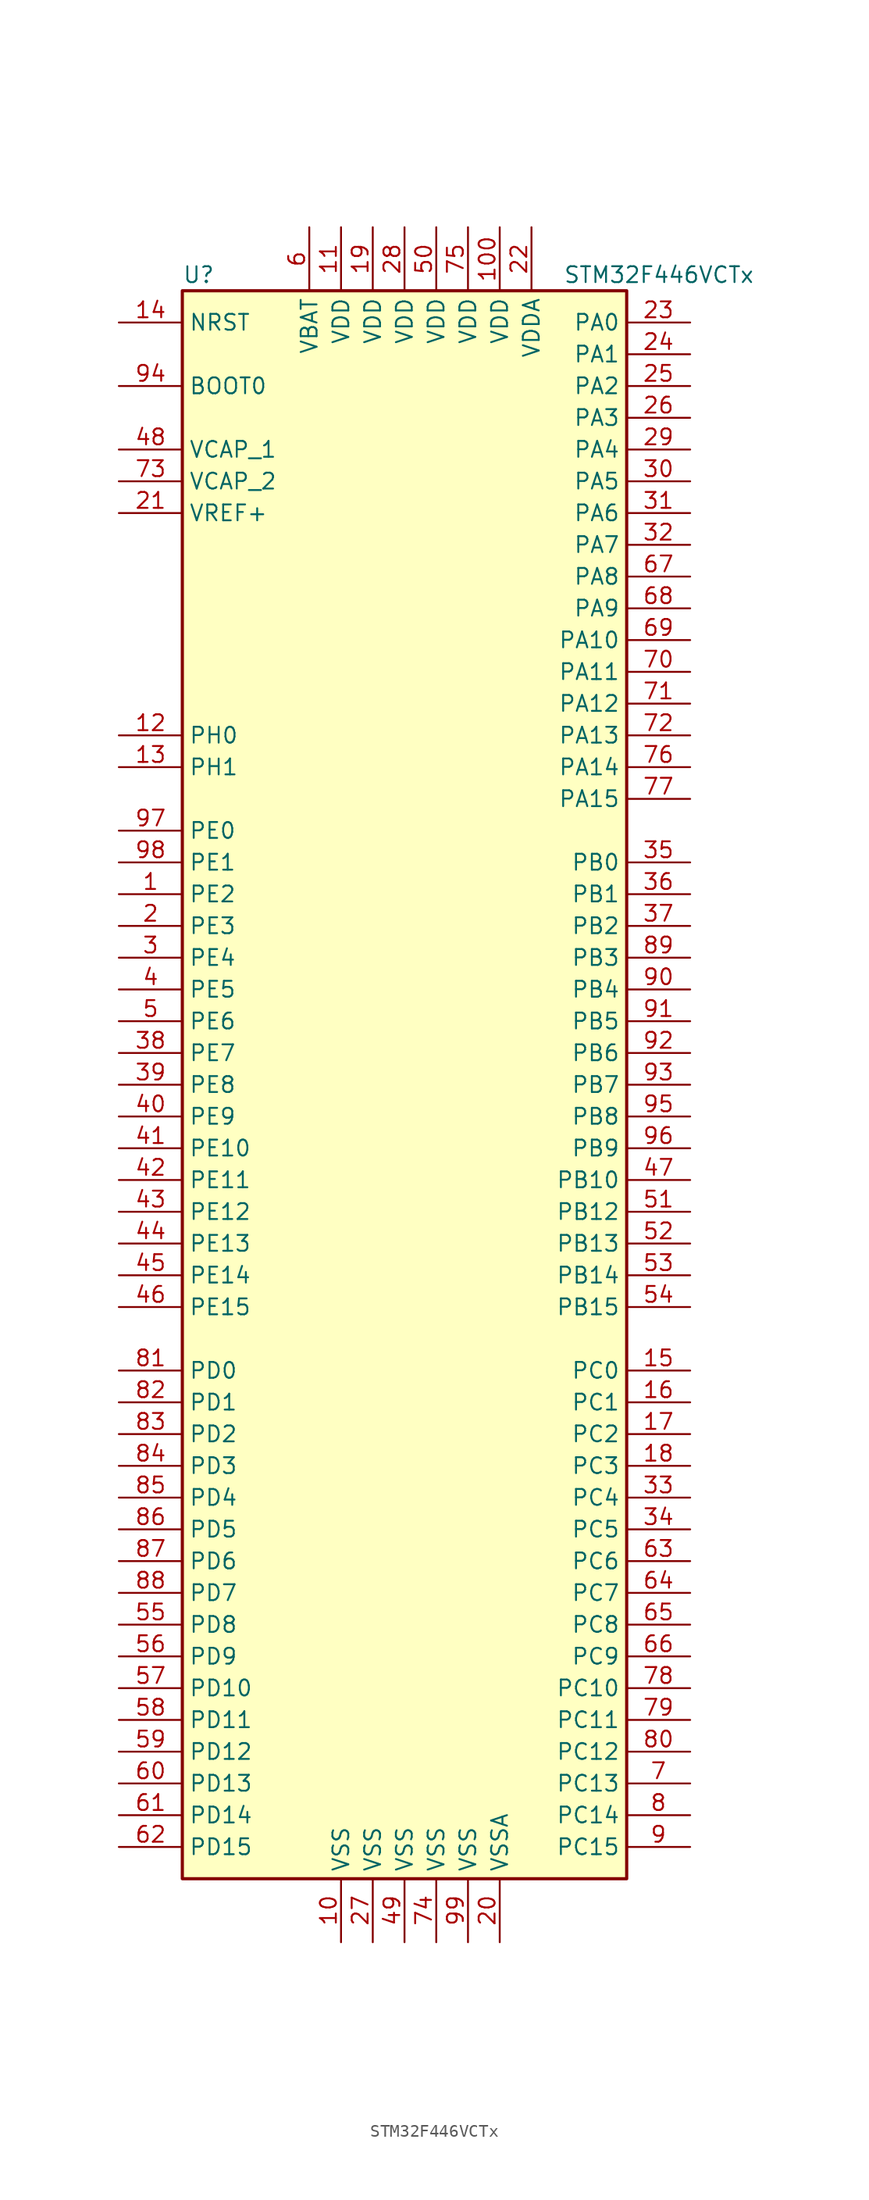
<source format=kicad_sym>
(kicad_symbol_lib
  (version 20201005)
  (generator kicad_symbol_editor)
  (symbol "MCU_ST_STM32F4:STM32F446VCTx"
    (property "Reference" "U"
      (at -17.78 64.77 0)
      (effects (font (size 1.27 1.27)) (justify left)))
    (property "Value" "STM32F446VCTx"
      (at 12.7 64.77 0)
      (effects (font (size 1.27 1.27)) (justify left)))
    (symbol "STM32F446VCTx_0_1"
      (rectangle (start -17.78 -63.5) (end 17.78 63.5) (stroke (width 0.254)) (fill (type background))))
    (symbol "STM32F446VCTx_1_1"
      (pin input line (at -22.86 55.88 0) (length 5.08) (name "BOOT0" (effects (font (size 1.27 1.27)))) (number "94" (effects (font (size 1.27 1.27)))))
      (pin input line (at -22.86 60.96 0) (length 5.08) (name "NRST" (effects (font (size 1.27 1.27)))) (number "14" (effects (font (size 1.27 1.27)))))
      (pin bidirectional line (at 22.86 60.96 180) (length 5.08) (name "PA0" (effects (font (size 1.27 1.27)))) (number "23" (effects (font (size 1.27 1.27)))))
      (pin bidirectional line (at 22.86 58.42 180) (length 5.08) (name "PA1" (effects (font (size 1.27 1.27)))) (number "24" (effects (font (size 1.27 1.27)))))
      (pin bidirectional line (at 22.86 35.56 180) (length 5.08) (name "PA10" (effects (font (size 1.27 1.27)))) (number "69" (effects (font (size 1.27 1.27)))))
      (pin bidirectional line (at 22.86 33.02 180) (length 5.08) (name "PA11" (effects (font (size 1.27 1.27)))) (number "70" (effects (font (size 1.27 1.27)))))
      (pin bidirectional line (at 22.86 30.48 180) (length 5.08) (name "PA12" (effects (font (size 1.27 1.27)))) (number "71" (effects (font (size 1.27 1.27)))))
      (pin bidirectional line (at 22.86 27.94 180) (length 5.08) (name "PA13" (effects (font (size 1.27 1.27)))) (number "72" (effects (font (size 1.27 1.27)))))
      (pin bidirectional line (at 22.86 25.4 180) (length 5.08) (name "PA14" (effects (font (size 1.27 1.27)))) (number "76" (effects (font (size 1.27 1.27)))))
      (pin bidirectional line (at 22.86 22.86 180) (length 5.08) (name "PA15" (effects (font (size 1.27 1.27)))) (number "77" (effects (font (size 1.27 1.27)))))
      (pin bidirectional line (at 22.86 55.88 180) (length 5.08) (name "PA2" (effects (font (size 1.27 1.27)))) (number "25" (effects (font (size 1.27 1.27)))))
      (pin bidirectional line (at 22.86 53.34 180) (length 5.08) (name "PA3" (effects (font (size 1.27 1.27)))) (number "26" (effects (font (size 1.27 1.27)))))
      (pin bidirectional line (at 22.86 50.8 180) (length 5.08) (name "PA4" (effects (font (size 1.27 1.27)))) (number "29" (effects (font (size 1.27 1.27)))))
      (pin bidirectional line (at 22.86 48.26 180) (length 5.08) (name "PA5" (effects (font (size 1.27 1.27)))) (number "30" (effects (font (size 1.27 1.27)))))
      (pin bidirectional line (at 22.86 45.72 180) (length 5.08) (name "PA6" (effects (font (size 1.27 1.27)))) (number "31" (effects (font (size 1.27 1.27)))))
      (pin bidirectional line (at 22.86 43.18 180) (length 5.08) (name "PA7" (effects (font (size 1.27 1.27)))) (number "32" (effects (font (size 1.27 1.27)))))
      (pin bidirectional line (at 22.86 40.64 180) (length 5.08) (name "PA8" (effects (font (size 1.27 1.27)))) (number "67" (effects (font (size 1.27 1.27)))))
      (pin bidirectional line (at 22.86 38.1 180) (length 5.08) (name "PA9" (effects (font (size 1.27 1.27)))) (number "68" (effects (font (size 1.27 1.27)))))
      (pin bidirectional line (at 22.86 17.78 180) (length 5.08) (name "PB0" (effects (font (size 1.27 1.27)))) (number "35" (effects (font (size 1.27 1.27)))))
      (pin bidirectional line (at 22.86 15.24 180) (length 5.08) (name "PB1" (effects (font (size 1.27 1.27)))) (number "36" (effects (font (size 1.27 1.27)))))
      (pin bidirectional line (at 22.86 -7.62 180) (length 5.08) (name "PB10" (effects (font (size 1.27 1.27)))) (number "47" (effects (font (size 1.27 1.27)))))
      (pin bidirectional line (at 22.86 -10.16 180) (length 5.08) (name "PB12" (effects (font (size 1.27 1.27)))) (number "51" (effects (font (size 1.27 1.27)))))
      (pin bidirectional line (at 22.86 -12.7 180) (length 5.08) (name "PB13" (effects (font (size 1.27 1.27)))) (number "52" (effects (font (size 1.27 1.27)))))
      (pin bidirectional line (at 22.86 -15.24 180) (length 5.08) (name "PB14" (effects (font (size 1.27 1.27)))) (number "53" (effects (font (size 1.27 1.27)))))
      (pin bidirectional line (at 22.86 -17.78 180) (length 5.08) (name "PB15" (effects (font (size 1.27 1.27)))) (number "54" (effects (font (size 1.27 1.27)))))
      (pin bidirectional line (at 22.86 12.7 180) (length 5.08) (name "PB2" (effects (font (size 1.27 1.27)))) (number "37" (effects (font (size 1.27 1.27)))))
      (pin bidirectional line (at 22.86 10.16 180) (length 5.08) (name "PB3" (effects (font (size 1.27 1.27)))) (number "89" (effects (font (size 1.27 1.27)))))
      (pin bidirectional line (at 22.86 7.62 180) (length 5.08) (name "PB4" (effects (font (size 1.27 1.27)))) (number "90" (effects (font (size 1.27 1.27)))))
      (pin bidirectional line (at 22.86 5.08 180) (length 5.08) (name "PB5" (effects (font (size 1.27 1.27)))) (number "91" (effects (font (size 1.27 1.27)))))
      (pin bidirectional line (at 22.86 2.54 180) (length 5.08) (name "PB6" (effects (font (size 1.27 1.27)))) (number "92" (effects (font (size 1.27 1.27)))))
      (pin bidirectional line (at 22.86 0 180) (length 5.08) (name "PB7" (effects (font (size 1.27 1.27)))) (number "93" (effects (font (size 1.27 1.27)))))
      (pin bidirectional line (at 22.86 -2.54 180) (length 5.08) (name "PB8" (effects (font (size 1.27 1.27)))) (number "95" (effects (font (size 1.27 1.27)))))
      (pin bidirectional line (at 22.86 -5.08 180) (length 5.08) (name "PB9" (effects (font (size 1.27 1.27)))) (number "96" (effects (font (size 1.27 1.27)))))
      (pin bidirectional line (at 22.86 -22.86 180) (length 5.08) (name "PC0" (effects (font (size 1.27 1.27)))) (number "15" (effects (font (size 1.27 1.27)))))
      (pin bidirectional line (at 22.86 -25.4 180) (length 5.08) (name "PC1" (effects (font (size 1.27 1.27)))) (number "16" (effects (font (size 1.27 1.27)))))
      (pin bidirectional line (at 22.86 -48.26 180) (length 5.08) (name "PC10" (effects (font (size 1.27 1.27)))) (number "78" (effects (font (size 1.27 1.27)))))
      (pin bidirectional line (at 22.86 -50.8 180) (length 5.08) (name "PC11" (effects (font (size 1.27 1.27)))) (number "79" (effects (font (size 1.27 1.27)))))
      (pin bidirectional line (at 22.86 -53.34 180) (length 5.08) (name "PC12" (effects (font (size 1.27 1.27)))) (number "80" (effects (font (size 1.27 1.27)))))
      (pin bidirectional line (at 22.86 -55.88 180) (length 5.08) (name "PC13" (effects (font (size 1.27 1.27)))) (number "7" (effects (font (size 1.27 1.27)))))
      (pin bidirectional line (at 22.86 -58.42 180) (length 5.08) (name "PC14" (effects (font (size 1.27 1.27)))) (number "8" (effects (font (size 1.27 1.27)))))
      (pin bidirectional line (at 22.86 -60.96 180) (length 5.08) (name "PC15" (effects (font (size 1.27 1.27)))) (number "9" (effects (font (size 1.27 1.27)))))
      (pin bidirectional line (at 22.86 -27.94 180) (length 5.08) (name "PC2" (effects (font (size 1.27 1.27)))) (number "17" (effects (font (size 1.27 1.27)))))
      (pin bidirectional line (at 22.86 -30.48 180) (length 5.08) (name "PC3" (effects (font (size 1.27 1.27)))) (number "18" (effects (font (size 1.27 1.27)))))
      (pin bidirectional line (at 22.86 -33.02 180) (length 5.08) (name "PC4" (effects (font (size 1.27 1.27)))) (number "33" (effects (font (size 1.27 1.27)))))
      (pin bidirectional line (at 22.86 -35.56 180) (length 5.08) (name "PC5" (effects (font (size 1.27 1.27)))) (number "34" (effects (font (size 1.27 1.27)))))
      (pin bidirectional line (at 22.86 -38.1 180) (length 5.08) (name "PC6" (effects (font (size 1.27 1.27)))) (number "63" (effects (font (size 1.27 1.27)))))
      (pin bidirectional line (at 22.86 -40.64 180) (length 5.08) (name "PC7" (effects (font (size 1.27 1.27)))) (number "64" (effects (font (size 1.27 1.27)))))
      (pin bidirectional line (at 22.86 -43.18 180) (length 5.08) (name "PC8" (effects (font (size 1.27 1.27)))) (number "65" (effects (font (size 1.27 1.27)))))
      (pin bidirectional line (at 22.86 -45.72 180) (length 5.08) (name "PC9" (effects (font (size 1.27 1.27)))) (number "66" (effects (font (size 1.27 1.27)))))
      (pin bidirectional line (at -22.86 -22.86 0) (length 5.08) (name "PD0" (effects (font (size 1.27 1.27)))) (number "81" (effects (font (size 1.27 1.27)))))
      (pin bidirectional line (at -22.86 -25.4 0) (length 5.08) (name "PD1" (effects (font (size 1.27 1.27)))) (number "82" (effects (font (size 1.27 1.27)))))
      (pin bidirectional line (at -22.86 -48.26 0) (length 5.08) (name "PD10" (effects (font (size 1.27 1.27)))) (number "57" (effects (font (size 1.27 1.27)))))
      (pin bidirectional line (at -22.86 -50.8 0) (length 5.08) (name "PD11" (effects (font (size 1.27 1.27)))) (number "58" (effects (font (size 1.27 1.27)))))
      (pin bidirectional line (at -22.86 -53.34 0) (length 5.08) (name "PD12" (effects (font (size 1.27 1.27)))) (number "59" (effects (font (size 1.27 1.27)))))
      (pin bidirectional line (at -22.86 -55.88 0) (length 5.08) (name "PD13" (effects (font (size 1.27 1.27)))) (number "60" (effects (font (size 1.27 1.27)))))
      (pin bidirectional line (at -22.86 -58.42 0) (length 5.08) (name "PD14" (effects (font (size 1.27 1.27)))) (number "61" (effects (font (size 1.27 1.27)))))
      (pin bidirectional line (at -22.86 -60.96 0) (length 5.08) (name "PD15" (effects (font (size 1.27 1.27)))) (number "62" (effects (font (size 1.27 1.27)))))
      (pin bidirectional line (at -22.86 -27.94 0) (length 5.08) (name "PD2" (effects (font (size 1.27 1.27)))) (number "83" (effects (font (size 1.27 1.27)))))
      (pin bidirectional line (at -22.86 -30.48 0) (length 5.08) (name "PD3" (effects (font (size 1.27 1.27)))) (number "84" (effects (font (size 1.27 1.27)))))
      (pin bidirectional line (at -22.86 -33.02 0) (length 5.08) (name "PD4" (effects (font (size 1.27 1.27)))) (number "85" (effects (font (size 1.27 1.27)))))
      (pin bidirectional line (at -22.86 -35.56 0) (length 5.08) (name "PD5" (effects (font (size 1.27 1.27)))) (number "86" (effects (font (size 1.27 1.27)))))
      (pin bidirectional line (at -22.86 -38.1 0) (length 5.08) (name "PD6" (effects (font (size 1.27 1.27)))) (number "87" (effects (font (size 1.27 1.27)))))
      (pin bidirectional line (at -22.86 -40.64 0) (length 5.08) (name "PD7" (effects (font (size 1.27 1.27)))) (number "88" (effects (font (size 1.27 1.27)))))
      (pin bidirectional line (at -22.86 -43.18 0) (length 5.08) (name "PD8" (effects (font (size 1.27 1.27)))) (number "55" (effects (font (size 1.27 1.27)))))
      (pin bidirectional line (at -22.86 -45.72 0) (length 5.08) (name "PD9" (effects (font (size 1.27 1.27)))) (number "56" (effects (font (size 1.27 1.27)))))
      (pin bidirectional line (at -22.86 20.32 0) (length 5.08) (name "PE0" (effects (font (size 1.27 1.27)))) (number "97" (effects (font (size 1.27 1.27)))))
      (pin bidirectional line (at -22.86 17.78 0) (length 5.08) (name "PE1" (effects (font (size 1.27 1.27)))) (number "98" (effects (font (size 1.27 1.27)))))
      (pin bidirectional line (at -22.86 -5.08 0) (length 5.08) (name "PE10" (effects (font (size 1.27 1.27)))) (number "41" (effects (font (size 1.27 1.27)))))
      (pin bidirectional line (at -22.86 -7.62 0) (length 5.08) (name "PE11" (effects (font (size 1.27 1.27)))) (number "42" (effects (font (size 1.27 1.27)))))
      (pin bidirectional line (at -22.86 -10.16 0) (length 5.08) (name "PE12" (effects (font (size 1.27 1.27)))) (number "43" (effects (font (size 1.27 1.27)))))
      (pin bidirectional line (at -22.86 -12.7 0) (length 5.08) (name "PE13" (effects (font (size 1.27 1.27)))) (number "44" (effects (font (size 1.27 1.27)))))
      (pin bidirectional line (at -22.86 -15.24 0) (length 5.08) (name "PE14" (effects (font (size 1.27 1.27)))) (number "45" (effects (font (size 1.27 1.27)))))
      (pin bidirectional line (at -22.86 -17.78 0) (length 5.08) (name "PE15" (effects (font (size 1.27 1.27)))) (number "46" (effects (font (size 1.27 1.27)))))
      (pin bidirectional line (at -22.86 15.24 0) (length 5.08) (name "PE2" (effects (font (size 1.27 1.27)))) (number "1" (effects (font (size 1.27 1.27)))))
      (pin bidirectional line (at -22.86 12.7 0) (length 5.08) (name "PE3" (effects (font (size 1.27 1.27)))) (number "2" (effects (font (size 1.27 1.27)))))
      (pin bidirectional line (at -22.86 10.16 0) (length 5.08) (name "PE4" (effects (font (size 1.27 1.27)))) (number "3" (effects (font (size 1.27 1.27)))))
      (pin bidirectional line (at -22.86 7.62 0) (length 5.08) (name "PE5" (effects (font (size 1.27 1.27)))) (number "4" (effects (font (size 1.27 1.27)))))
      (pin bidirectional line (at -22.86 5.08 0) (length 5.08) (name "PE6" (effects (font (size 1.27 1.27)))) (number "5" (effects (font (size 1.27 1.27)))))
      (pin bidirectional line (at -22.86 2.54 0) (length 5.08) (name "PE7" (effects (font (size 1.27 1.27)))) (number "38" (effects (font (size 1.27 1.27)))))
      (pin bidirectional line (at -22.86 0 0) (length 5.08) (name "PE8" (effects (font (size 1.27 1.27)))) (number "39" (effects (font (size 1.27 1.27)))))
      (pin bidirectional line (at -22.86 -2.54 0) (length 5.08) (name "PE9" (effects (font (size 1.27 1.27)))) (number "40" (effects (font (size 1.27 1.27)))))
      (pin input line (at -22.86 27.94 0) (length 5.08) (name "PH0" (effects (font (size 1.27 1.27)))) (number "12" (effects (font (size 1.27 1.27)))))
      (pin input line (at -22.86 25.4 0) (length 5.08) (name "PH1" (effects (font (size 1.27 1.27)))) (number "13" (effects (font (size 1.27 1.27)))))
      (pin power_in line (at -7.62 68.58 270) (length 5.08) (name "VBAT" (effects (font (size 1.27 1.27)))) (number "6" (effects (font (size 1.27 1.27)))))
      (pin power_in line (at -22.86 50.8 0) (length 5.08) (name "VCAP_1" (effects (font (size 1.27 1.27)))) (number "48" (effects (font (size 1.27 1.27)))))
      (pin power_in line (at -22.86 48.26 0) (length 5.08) (name "VCAP_2" (effects (font (size 1.27 1.27)))) (number "73" (effects (font (size 1.27 1.27)))))
      (pin power_in line (at 7.62 68.58 270) (length 5.08) (name "VDD" (effects (font (size 1.27 1.27)))) (number "100" (effects (font (size 1.27 1.27)))))
      (pin power_in line (at -5.08 68.58 270) (length 5.08) (name "VDD" (effects (font (size 1.27 1.27)))) (number "11" (effects (font (size 1.27 1.27)))))
      (pin power_in line (at -2.54 68.58 270) (length 5.08) (name "VDD" (effects (font (size 1.27 1.27)))) (number "19" (effects (font (size 1.27 1.27)))))
      (pin power_in line (at 0 68.58 270) (length 5.08) (name "VDD" (effects (font (size 1.27 1.27)))) (number "28" (effects (font (size 1.27 1.27)))))
      (pin power_in line (at 2.54 68.58 270) (length 5.08) (name "VDD" (effects (font (size 1.27 1.27)))) (number "50" (effects (font (size 1.27 1.27)))))
      (pin power_in line (at 5.08 68.58 270) (length 5.08) (name "VDD" (effects (font (size 1.27 1.27)))) (number "75" (effects (font (size 1.27 1.27)))))
      (pin power_in line (at 10.16 68.58 270) (length 5.08) (name "VDDA" (effects (font (size 1.27 1.27)))) (number "22" (effects (font (size 1.27 1.27)))))
      (pin power_in line (at -22.86 45.72 0) (length 5.08) (name "VREF+" (effects (font (size 1.27 1.27)))) (number "21" (effects (font (size 1.27 1.27)))))
      (pin power_in line (at -5.08 -68.58 90) (length 5.08) (name "VSS" (effects (font (size 1.27 1.27)))) (number "10" (effects (font (size 1.27 1.27)))))
      (pin power_in line (at -2.54 -68.58 90) (length 5.08) (name "VSS" (effects (font (size 1.27 1.27)))) (number "27" (effects (font (size 1.27 1.27)))))
      (pin power_in line (at 0 -68.58 90) (length 5.08) (name "VSS" (effects (font (size 1.27 1.27)))) (number "49" (effects (font (size 1.27 1.27)))))
      (pin power_in line (at 2.54 -68.58 90) (length 5.08) (name "VSS" (effects (font (size 1.27 1.27)))) (number "74" (effects (font (size 1.27 1.27)))))
      (pin power_in line (at 5.08 -68.58 90) (length 5.08) (name "VSS" (effects (font (size 1.27 1.27)))) (number "99" (effects (font (size 1.27 1.27)))))
      (pin power_in line (at 7.62 -68.58 90) (length 5.08) (name "VSSA" (effects (font (size 1.27 1.27)))) (number "20" (effects (font (size 1.27 1.27))))))))
</source>
